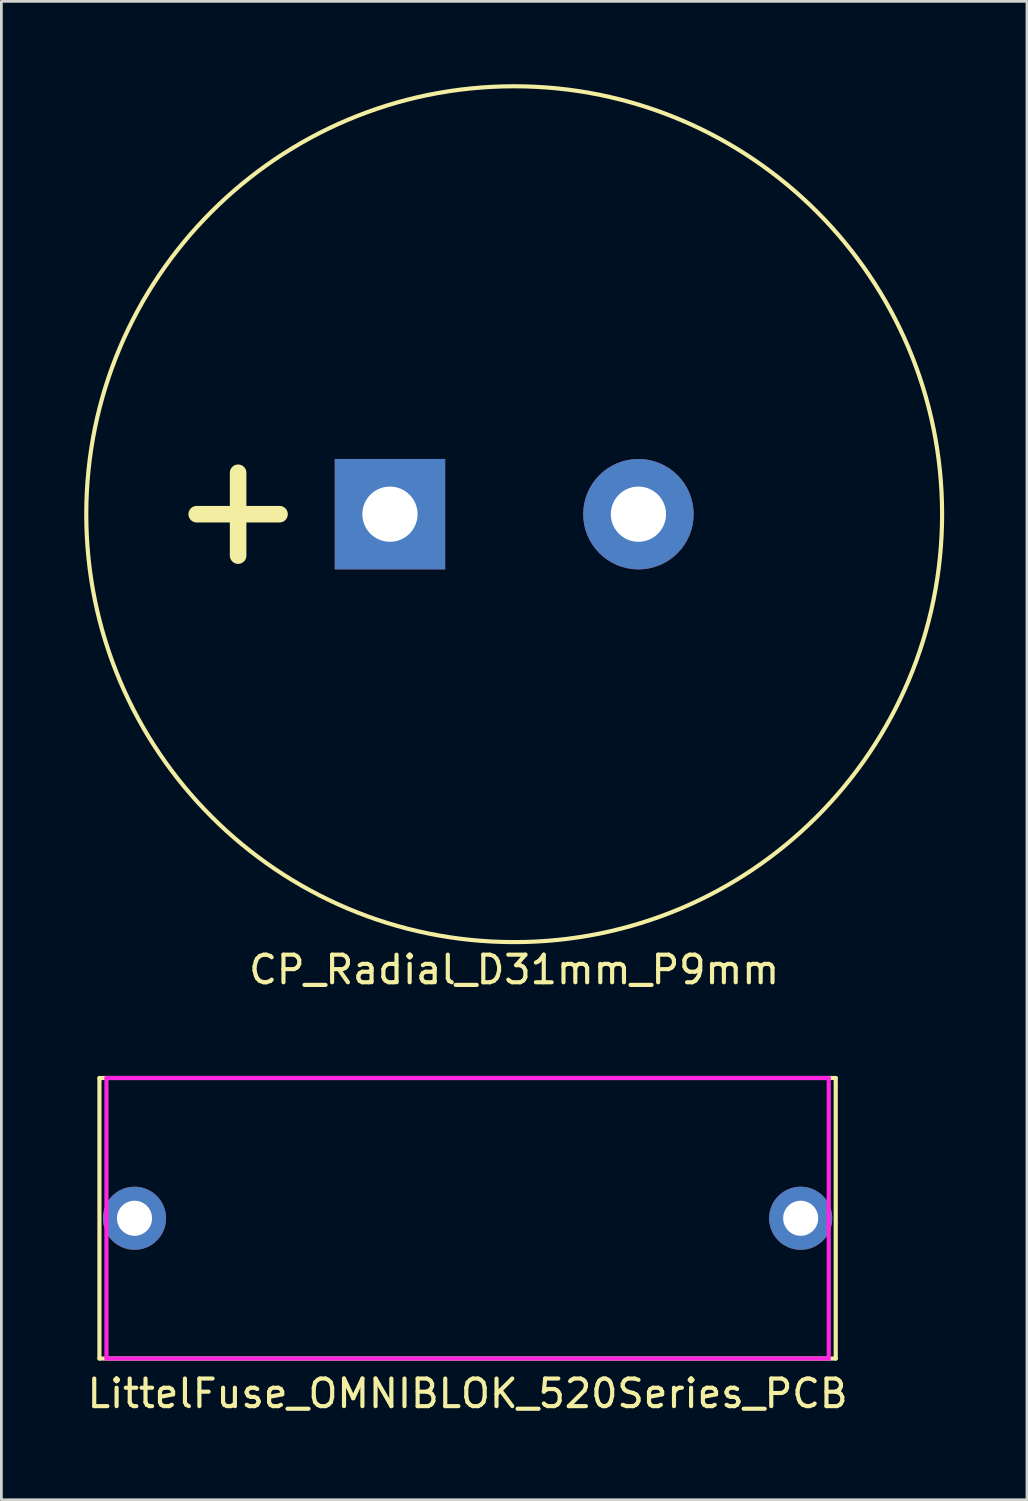
<source format=kicad_pcb>
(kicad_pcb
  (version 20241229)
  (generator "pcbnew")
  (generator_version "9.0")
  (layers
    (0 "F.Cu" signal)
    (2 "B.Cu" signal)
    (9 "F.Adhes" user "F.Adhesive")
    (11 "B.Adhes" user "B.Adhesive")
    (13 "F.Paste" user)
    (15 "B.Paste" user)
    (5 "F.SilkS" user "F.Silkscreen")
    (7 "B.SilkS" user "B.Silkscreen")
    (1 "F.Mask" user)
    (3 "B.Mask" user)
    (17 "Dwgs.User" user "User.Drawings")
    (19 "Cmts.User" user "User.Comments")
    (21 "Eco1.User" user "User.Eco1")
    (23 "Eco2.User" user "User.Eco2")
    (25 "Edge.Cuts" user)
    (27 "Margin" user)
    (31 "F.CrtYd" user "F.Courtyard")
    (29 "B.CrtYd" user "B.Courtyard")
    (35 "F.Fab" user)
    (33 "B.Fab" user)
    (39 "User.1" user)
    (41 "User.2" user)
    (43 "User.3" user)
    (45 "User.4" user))
  (footprint "LittelFuse_OMNIBLOK_520Series_PCB"
    (layer "F.Cu")
    (at 13.887 41.078)
    (property "Reference" "LittelFuse_OMNIBLOK_520Series_PCB" (at 0 6.35 0) (layer "F.SilkS") (effects (font (size 1 1) (thickness 0.15))))
    (attr through_hole)
    (fp_line (start -13.335 -5.08) (end 13.335 -5.08) (stroke (width 0.15) (type solid)) (layer "F.SilkS"))
    (fp_line (start -13.335 5.08) (end -13.335 -5.08) (stroke (width 0.15) (type solid)) (layer "F.SilkS"))
    (fp_line (start 13.335 -5.08) (end 13.335 5.08) (stroke (width 0.15) (type solid)) (layer "F.SilkS"))
    (fp_line (start 13.335 5.08) (end -13.335 5.08) (stroke (width 0.15) (type solid)) (layer "F.SilkS"))
    (fp_line (start -13.081 -5.08) (end 13.081 -5.08) (stroke (width 0.15) (type solid)) (layer "F.CrtYd"))
    (fp_line (start -13.081 5.08) (end -13.081 -5.08) (stroke (width 0.15) (type solid)) (layer "F.CrtYd"))
    (fp_line (start 13.081 -5.08) (end 13.081 5.08) (stroke (width 0.15) (type solid)) (layer "F.CrtYd"))
    (fp_line (start 13.081 5.08) (end -13.081 5.08) (stroke (width 0.15) (type solid)) (layer "F.CrtYd"))
    (pad "1" thru_hole circle (at -12.065 0) (size 2.286 2.286) (drill 1.27) (layers "*.Cu" "*.Mask"))
    (pad "2" thru_hole circle (at 12.065 0) (size 2.286 2.286) (drill 1.27) (layers "*.Cu" "*.Mask")))
  (footprint "CP_Radial_D31mm_P9mm"
    (layer "F.Cu")
    (at 11.075 15.575)
    (property "Reference" "CP_Radial_D31mm_P9mm" (at 4.5 16.5 0) (layer "F.SilkS") (effects (font (size 1 1) (thickness 0.15))))
    (attr through_hole)
    (fp_line (start -7 0) (end -4 0) (stroke (width 0.6) (type solid)) (layer "F.SilkS"))
    (fp_line (start -5.5 -1.5) (end -5.5 1.5) (stroke (width 0.6) (type solid)) (layer "F.SilkS"))
    (fp_circle (center 4.5 0) (end 20 0) (stroke (width 0.15) (type solid)) (fill no) (layer "F.SilkS"))
    (pad "1" thru_hole rect (at 0 0) (size 4 4) (drill 2) (layers "*.Cu" "*.Mask"))
    (pad "2" thru_hole circle (at 9 0) (size 4 4) (drill 2) (layers "*.Cu" "*.Mask")))
  (gr_rect
    (start -3 -3)
    (end 34.15 51.276)
    (stroke (width 0.1) (type default))
    (fill no)
    (layer "Edge.Cuts")))
</source>
